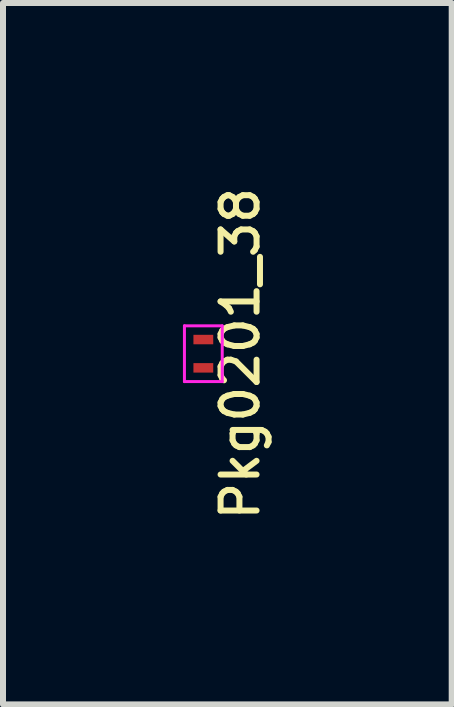
<source format=kicad_pcb>
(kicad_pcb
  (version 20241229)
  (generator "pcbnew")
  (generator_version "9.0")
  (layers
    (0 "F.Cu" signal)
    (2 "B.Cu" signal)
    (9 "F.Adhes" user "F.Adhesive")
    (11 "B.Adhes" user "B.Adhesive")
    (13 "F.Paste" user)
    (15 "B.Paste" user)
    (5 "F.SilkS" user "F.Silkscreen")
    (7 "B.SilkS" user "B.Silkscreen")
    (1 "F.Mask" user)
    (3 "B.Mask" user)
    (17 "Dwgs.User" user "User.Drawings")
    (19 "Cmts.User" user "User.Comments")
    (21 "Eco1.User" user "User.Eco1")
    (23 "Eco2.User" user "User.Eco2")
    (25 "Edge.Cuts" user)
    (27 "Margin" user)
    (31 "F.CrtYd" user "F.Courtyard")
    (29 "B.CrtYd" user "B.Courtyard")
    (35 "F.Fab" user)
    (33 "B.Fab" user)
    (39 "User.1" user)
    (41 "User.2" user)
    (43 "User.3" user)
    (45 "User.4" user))
  (footprint "Pkg0201_38"
    (layer "F.Cu")
    (at 0.34 2.847)
    (property "Reference" "Pkg0201_38" (at 0.615 0 90) (layer "F.SilkS") (effects (font (size 0.6 0.6) (thickness 0.1))))
    (fp_line (start -0.315 -0.465) (end -0.315 0.465) (stroke (width 0.05) (type solid)) (layer "F.CrtYd"))
    (fp_line (start -0.315 0.465) (end 0.315 0.465) (stroke (width 0.05) (type solid)) (layer "F.CrtYd"))
    (fp_line (start 0.315 -0.465) (end -0.315 -0.465) (stroke (width 0.05) (type solid)) (layer "F.CrtYd"))
    (fp_line (start 0.315 0.465) (end 0.315 -0.465) (stroke (width 0.05) (type solid)) (layer "F.CrtYd"))
    (pad "1" smd rect (at 0 -0.236) (size 0.33 0.158) (layers "F.Cu" "F.Mask" "F.Paste"))
    (pad "2" smd rect (at 0 0.236) (size 0.33 0.158) (layers "F.Cu" "F.Mask" "F.Paste")))
  (gr_rect
    (start -3 -3)
    (end 4.481 8.694)
    (stroke (width 0.1) (type default))
    (fill no)
    (layer "Edge.Cuts")))
</source>
